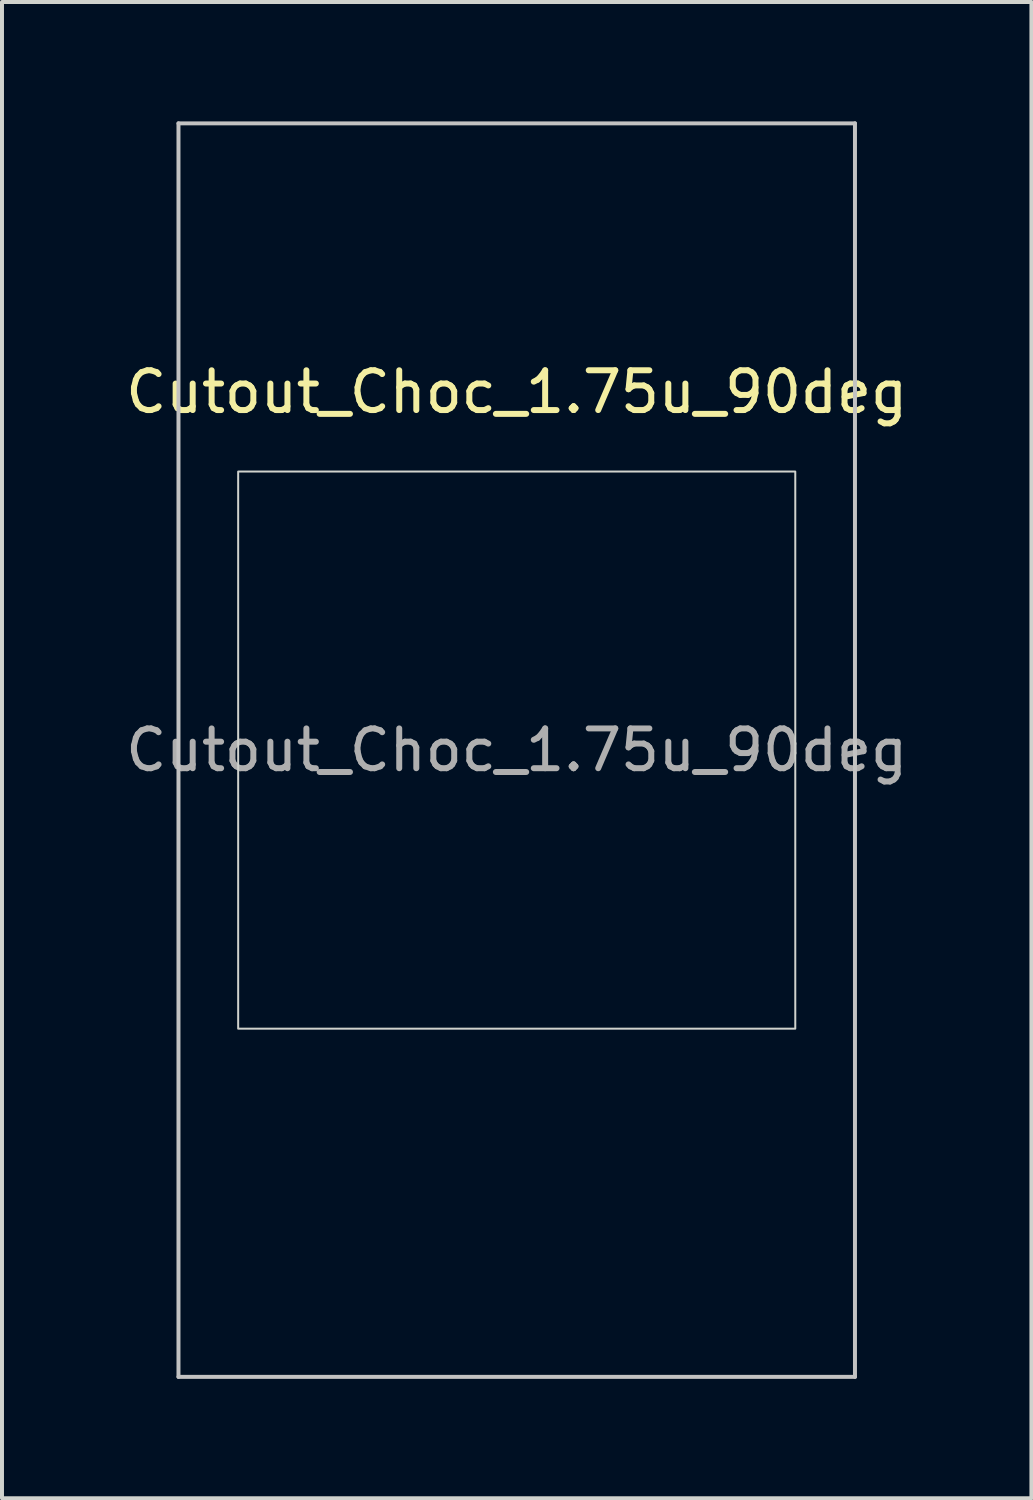
<source format=kicad_pcb>
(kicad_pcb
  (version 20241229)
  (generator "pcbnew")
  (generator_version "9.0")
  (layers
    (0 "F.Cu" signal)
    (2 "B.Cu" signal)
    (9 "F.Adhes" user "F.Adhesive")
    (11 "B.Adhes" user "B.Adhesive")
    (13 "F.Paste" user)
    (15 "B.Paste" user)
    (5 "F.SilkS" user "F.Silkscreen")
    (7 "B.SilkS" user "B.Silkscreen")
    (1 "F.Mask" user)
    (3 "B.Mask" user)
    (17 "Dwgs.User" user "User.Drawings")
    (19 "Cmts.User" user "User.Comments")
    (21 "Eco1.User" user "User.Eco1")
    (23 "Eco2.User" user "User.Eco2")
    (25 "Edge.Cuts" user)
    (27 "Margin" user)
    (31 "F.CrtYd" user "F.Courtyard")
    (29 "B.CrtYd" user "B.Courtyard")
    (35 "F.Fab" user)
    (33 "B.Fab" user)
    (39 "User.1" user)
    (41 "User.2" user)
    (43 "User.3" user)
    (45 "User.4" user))
  (footprint "Cutout_Choc_1.75u_90deg"
    (layer "F.Cu")
    (at 9.935 15.8)
    (property "Reference" "Cutout_Choc_1.75u_90deg" (at 0 -9 0) (layer "F.SilkS") (effects (font (size 1 1) (thickness 0.15))))
    (attr through_hole)
    (fp_line (start -8.5 -15.75) (end 8.5 -15.75) (stroke (width 0.1) (type solid)) (layer "Dwgs.User"))
    (fp_line (start -8.5 15.75) (end -8.5 -15.75) (stroke (width 0.1) (type solid)) (layer "Dwgs.User"))
    (fp_line (start 8.5 -15.75) (end 8.5 15.75) (stroke (width 0.1) (type solid)) (layer "Dwgs.User"))
    (fp_line (start 8.5 15.75) (end -8.5 15.75) (stroke (width 0.1) (type solid)) (layer "Dwgs.User"))
    (fp_rect (start -7 -7) (end 7 7) (stroke (width 0.05) (type default)) (fill no) (layer "Edge.Cuts"))
    (fp_text user "${REFERENCE}" (at 0 0 0) (layer "F.Fab") (effects (font (size 1 1) (thickness 0.15)))))
  (gr_rect
    (start -3 -3)
    (end 22.869 34.6)
    (stroke (width 0.1) (type default))
    (fill no)
    (layer "Edge.Cuts")))
</source>
